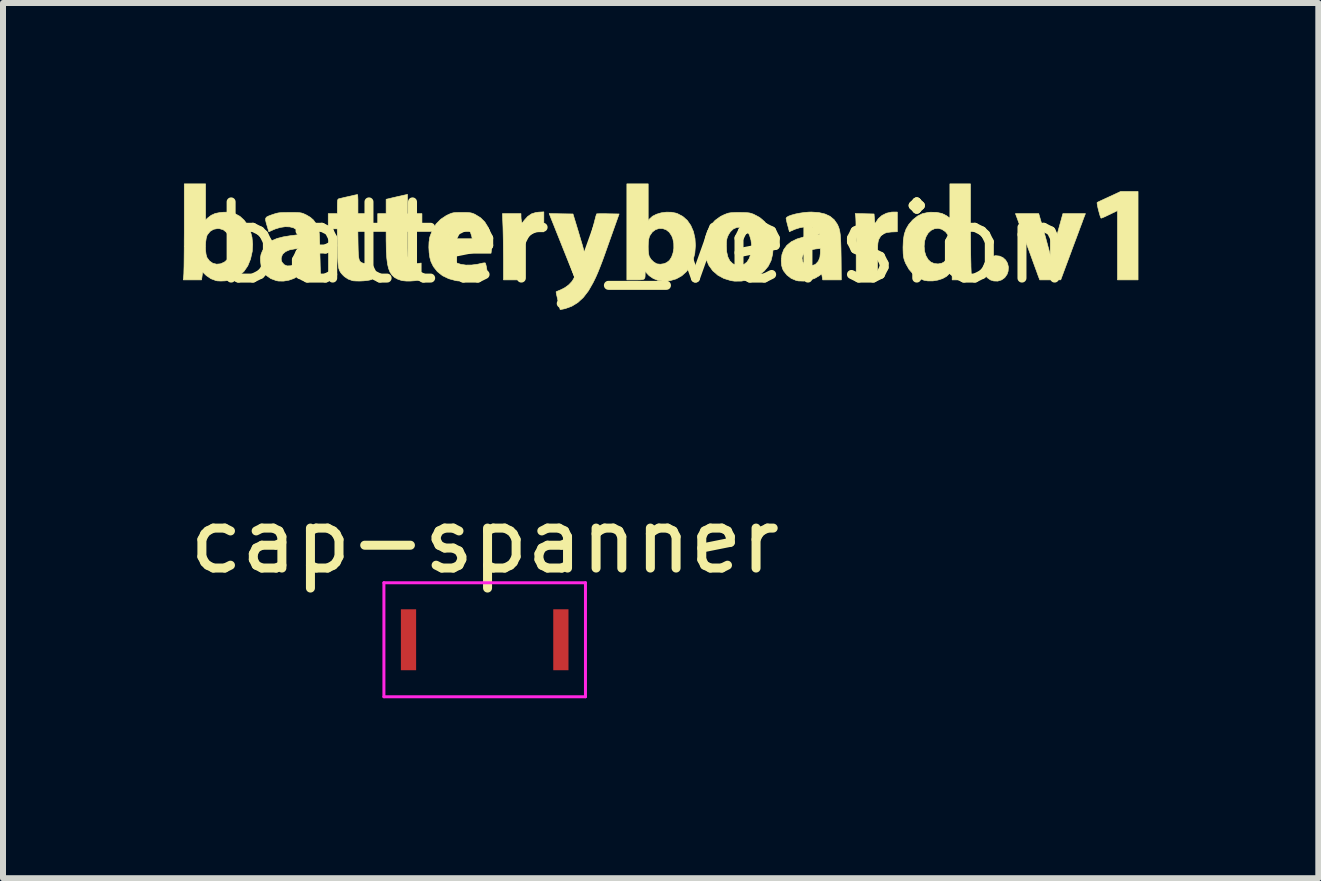
<source format=kicad_pcb>
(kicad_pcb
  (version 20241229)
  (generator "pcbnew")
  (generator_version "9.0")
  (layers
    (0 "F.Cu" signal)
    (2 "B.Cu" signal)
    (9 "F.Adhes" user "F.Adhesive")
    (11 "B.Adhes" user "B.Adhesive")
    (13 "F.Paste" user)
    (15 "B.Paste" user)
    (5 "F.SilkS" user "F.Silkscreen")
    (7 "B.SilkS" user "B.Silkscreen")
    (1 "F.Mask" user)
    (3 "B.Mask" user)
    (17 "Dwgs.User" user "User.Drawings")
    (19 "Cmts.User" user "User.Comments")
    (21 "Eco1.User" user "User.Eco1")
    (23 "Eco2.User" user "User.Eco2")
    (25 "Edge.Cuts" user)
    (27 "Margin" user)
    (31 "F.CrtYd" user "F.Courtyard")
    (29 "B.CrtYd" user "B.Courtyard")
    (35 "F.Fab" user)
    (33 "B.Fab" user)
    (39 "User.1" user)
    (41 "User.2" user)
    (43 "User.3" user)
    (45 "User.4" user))
  (footprint "cap-spanner"
    (layer "F.Cu")
    (at 5.03 7.615)
    (property "Reference" "cap-spanner" (at 0 -1.65 0) (layer "F.SilkS") (effects (font (size 1 1) (thickness 0.15))))
    (attr smd)
    (fp_line (start -1.68 -0.95) (end 1.68 -0.95) (stroke (width 0.05) (type solid)) (layer "F.CrtYd"))
    (fp_line (start -1.68 0.95) (end -1.68 -0.95) (stroke (width 0.05) (type solid)) (layer "F.CrtYd"))
    (fp_line (start 1.68 -0.95) (end 1.68 0.95) (stroke (width 0.05) (type solid)) (layer "F.CrtYd"))
    (fp_line (start 1.68 0.95) (end -1.68 0.95) (stroke (width 0.05) (type solid)) (layer "F.CrtYd"))
    (pad "1" smd rect (at -1.27 0) (size 0.254 1.016) (layers "F.Cu" "F.Mask" "F.Paste"))
    (pad "2" smd rect (at 1.27 0) (size 0.254 1.016) (layers "F.Cu" "F.Mask" "F.Paste")))
  (footprint "battery_version"
    (layer "F.Cu")
    (at 7.667 1.006)
    (property "Reference" "battery_version" (at 0 0 0) (layer "F.SilkS") (effects (font (size 1.27 1.27) (thickness 0.15))))
    (attr through_hole)
    (fp_poly (pts (xy 5.945 0.213) (xy 6.002 0.238) (xy 6.048 0.28) (xy 6.079 0.333) (xy 6.094 0.396) (xy 6.089 0.465) (xy 6.072 0.516) (xy 6.033 0.572) (xy 5.98 0.61) (xy 5.917 0.63) (xy 5.849 0.628) (xy 5.795 0.611) (xy 5.74 0.572) (xy 5.702 0.518) (xy 5.683 0.452) (xy 5.684 0.381) (xy 5.689 0.359) (xy 5.716 0.295) (xy 5.759 0.249) (xy 5.81 0.222) (xy 5.88 0.206) (xy 5.945 0.213)) (stroke (width 0.01) (type solid)) (fill yes) (layer "F.SilkS"))
    (fp_poly (pts (xy 8.255 0.61) (xy 7.912 0.61) (xy 7.912 -0.545) (xy 7.783 -0.482) (xy 7.73 -0.457) (xy 7.685 -0.436) (xy 7.653 -0.423) (xy 7.639 -0.419) (xy 7.632 -0.43) (xy 7.621 -0.461) (xy 7.609 -0.503) (xy 7.596 -0.551) (xy 7.584 -0.6) (xy 7.576 -0.642) (xy 7.572 -0.671) (xy 7.573 -0.681) (xy 7.585 -0.687) (xy 7.616 -0.702) (xy 7.663 -0.724) (xy 7.721 -0.751) (xy 7.771 -0.774) (xy 7.965 -0.864) (xy 8.255 -0.864) (xy 8.255 0.61)) (stroke (width 0.01) (type solid)) (fill yes) (layer "F.SilkS"))
    (fp_poly (pts (xy -1.651 -0.191) (xy -1.738 -0.191) (xy -1.812 -0.184) (xy -1.869 -0.162) (xy -1.916 -0.122) (xy -1.933 -0.101) (xy -1.948 -0.078) (xy -1.959 -0.051) (xy -1.967 -0.016) (xy -1.973 0.03) (xy -1.977 0.089) (xy -1.98 0.166) (xy -1.981 0.264) (xy -1.981 0.321) (xy -1.981 0.61) (xy -2.324 0.61) (xy -2.324 0.276) (xy -2.325 0.171) (xy -2.326 0.06) (xy -2.327 -0.051) (xy -2.329 -0.153) (xy -2.331 -0.24) (xy -2.332 -0.276) (xy -2.341 -0.495) (xy -2.032 -0.495) (xy -2.032 -0.452) (xy -2.03 -0.409) (xy -2.024 -0.371) (xy -2.016 -0.332) (xy -1.976 -0.385) (xy -1.918 -0.449) (xy -1.856 -0.491) (xy -1.786 -0.513) (xy -1.739 -0.519) (xy -1.651 -0.524) (xy -1.651 -0.191)) (stroke (width 0.01) (type solid)) (fill yes) (layer "F.SilkS"))
    (fp_poly (pts (xy 4.242 -0.193) (xy 4.143 -0.189) (xy 4.067 -0.18) (xy 4.01 -0.159) (xy 3.968 -0.124) (xy 3.936 -0.072) (xy 3.936 -0.071) (xy 3.928 -0.052) (xy 3.923 -0.031) (xy 3.918 -0.003) (xy 3.915 0.035) (xy 3.914 0.087) (xy 3.912 0.155) (xy 3.912 0.243) (xy 3.912 0.295) (xy 3.912 0.61) (xy 3.556 0.61) (xy 3.556 0.105) (xy 3.556 -0.008) (xy 3.555 -0.114) (xy 3.554 -0.211) (xy 3.553 -0.296) (xy 3.552 -0.365) (xy 3.55 -0.416) (xy 3.548 -0.445) (xy 3.548 -0.448) (xy 3.54 -0.496) (xy 3.697 -0.493) (xy 3.854 -0.489) (xy 3.861 -0.4) (xy 3.865 -0.356) (xy 3.868 -0.333) (xy 3.873 -0.329) (xy 3.88 -0.341) (xy 3.881 -0.344) (xy 3.925 -0.411) (xy 3.987 -0.465) (xy 4.062 -0.502) (xy 4.145 -0.52) (xy 4.169 -0.521) (xy 4.242 -0.521) (xy 4.242 -0.193)) (stroke (width 0.01) (type solid)) (fill yes) (layer "F.SilkS"))
    (fp_poly (pts (xy -3.924 -0.495) (xy -3.683 -0.495) (xy -3.683 -0.241) (xy -3.924 -0.241) (xy -3.924 -0.008) (xy -3.924 0.078) (xy -3.921 0.153) (xy -3.918 0.212) (xy -3.913 0.253) (xy -3.91 0.265) (xy -3.883 0.308) (xy -3.839 0.333) (xy -3.779 0.339) (xy -3.757 0.337) (xy -3.696 0.329) (xy -3.696 0.606) (xy -3.737 0.615) (xy -3.803 0.624) (xy -3.875 0.629) (xy -3.945 0.629) (xy -4.005 0.623) (xy -4.028 0.618) (xy -4.089 0.597) (xy -4.14 0.569) (xy -4.181 0.531) (xy -4.214 0.483) (xy -4.239 0.421) (xy -4.257 0.344) (xy -4.269 0.248) (xy -4.277 0.133) (xy -4.279 -0.005) (xy -4.28 -0.041) (xy -4.28 -0.241) (xy -4.42 -0.241) (xy -4.42 -0.495) (xy -4.28 -0.495) (xy -4.28 -0.734) (xy -4.143 -0.766) (xy -4.083 -0.78) (xy -4.028 -0.792) (xy -3.985 -0.802) (xy -3.966 -0.806) (xy -3.924 -0.815) (xy -3.924 -0.495)) (stroke (width 0.01) (type solid)) (fill yes) (layer "F.SilkS"))
    (fp_poly (pts (xy 6.661 -0.283) (xy 6.685 -0.197) (xy 6.711 -0.106) (xy 6.735 -0.017) (xy 6.756 0.061) (xy 6.764 0.089) (xy 6.781 0.153) (xy 6.793 0.195) (xy 6.802 0.217) (xy 6.808 0.223) (xy 6.813 0.214) (xy 6.814 0.209) (xy 6.823 0.168) (xy 6.833 0.128) (xy 6.844 0.085) (xy 6.857 0.034) (xy 6.874 -0.029) (xy 6.895 -0.107) (xy 6.922 -0.206) (xy 6.924 -0.213) (xy 7.002 -0.495) (xy 7.378 -0.495) (xy 7.347 -0.416) (xy 7.336 -0.386) (xy 7.318 -0.336) (xy 7.292 -0.268) (xy 7.262 -0.186) (xy 7.227 -0.092) (xy 7.189 0.009) (xy 7.149 0.116) (xy 7.142 0.136) (xy 6.966 0.609) (xy 6.791 0.61) (xy 6.616 0.61) (xy 6.603 0.575) (xy 6.595 0.555) (xy 6.58 0.514) (xy 6.559 0.455) (xy 6.532 0.382) (xy 6.501 0.297) (xy 6.467 0.203) (xy 6.439 0.127) (xy 6.401 0.025) (xy 6.365 -0.075) (xy 6.331 -0.168) (xy 6.301 -0.25) (xy 6.276 -0.319) (xy 6.257 -0.369) (xy 6.25 -0.391) (xy 6.211 -0.495) (xy 6.599 -0.495) (xy 6.661 -0.283)) (stroke (width 0.01) (type solid)) (fill yes) (layer "F.SilkS"))
    (fp_poly (pts (xy -4.754 -0.801) (xy -4.752 -0.768) (xy -4.75 -0.72) (xy -4.75 -0.661) (xy -4.75 -0.654) (xy -4.75 -0.495) (xy -4.508 -0.495) (xy -4.508 -0.241) (xy -4.752 -0.241) (xy -4.748 0.01) (xy -4.746 0.104) (xy -4.743 0.177) (xy -4.738 0.23) (xy -4.731 0.268) (xy -4.72 0.295) (xy -4.705 0.312) (xy -4.684 0.324) (xy -4.663 0.332) (xy -4.621 0.339) (xy -4.572 0.338) (xy -4.564 0.337) (xy -4.508 0.329) (xy -4.515 0.601) (xy -4.553 0.612) (xy -4.597 0.62) (xy -4.656 0.626) (xy -4.72 0.629) (xy -4.78 0.628) (xy -4.828 0.625) (xy -4.842 0.622) (xy -4.914 0.596) (xy -4.973 0.557) (xy -5 0.531) (xy -5.025 0.504) (xy -5.044 0.478) (xy -5.059 0.449) (xy -5.07 0.415) (xy -5.078 0.371) (xy -5.083 0.315) (xy -5.087 0.243) (xy -5.089 0.151) (xy -5.09 0.073) (xy -5.095 -0.241) (xy -5.245 -0.241) (xy -5.245 -0.495) (xy -5.093 -0.495) (xy -5.093 -0.615) (xy -5.092 -0.672) (xy -5.09 -0.708) (xy -5.085 -0.729) (xy -5.076 -0.739) (xy -5.07 -0.742) (xy -5.049 -0.747) (xy -5.011 -0.756) (xy -4.961 -0.768) (xy -4.907 -0.78) (xy -4.853 -0.792) (xy -4.807 -0.803) (xy -4.773 -0.81) (xy -4.757 -0.813) (xy -4.757 -0.813) (xy -4.754 -0.801)) (stroke (width 0.01) (type solid)) (fill yes) (layer "F.SilkS"))
    (fp_poly (pts (xy 0.089 -0.378) (xy 0.115 -0.41) (xy 0.162 -0.452) (xy 0.228 -0.485) (xy 0.305 -0.508) (xy 0.389 -0.519) (xy 0.474 -0.518) (xy 0.552 -0.503) (xy 0.574 -0.496) (xy 0.664 -0.449) (xy 0.74 -0.382) (xy 0.799 -0.297) (xy 0.843 -0.196) (xy 0.869 -0.08) (xy 0.876 0.036) (xy 0.866 0.165) (xy 0.837 0.282) (xy 0.79 0.384) (xy 0.726 0.472) (xy 0.648 0.542) (xy 0.556 0.593) (xy 0.452 0.623) (xy 0.394 0.63) (xy 0.337 0.63) (xy 0.282 0.624) (xy 0.253 0.619) (xy 0.172 0.586) (xy 0.104 0.539) (xy 0.07 0.504) (xy 0.038 0.464) (xy 0.038 0.508) (xy 0.037 0.55) (xy 0.033 0.578) (xy 0.02 0.596) (xy -0.004 0.605) (xy -0.045 0.609) (xy -0.106 0.61) (xy -0.267 0.61) (xy -0.267 0.052) (xy 0.089 0.052) (xy 0.09 0.118) (xy 0.096 0.176) (xy 0.105 0.217) (xy 0.106 0.219) (xy 0.136 0.268) (xy 0.179 0.31) (xy 0.226 0.339) (xy 0.236 0.343) (xy 0.291 0.349) (xy 0.352 0.34) (xy 0.396 0.322) (xy 0.443 0.285) (xy 0.479 0.229) (xy 0.503 0.16) (xy 0.516 0.083) (xy 0.515 0.003) (xy 0.5 -0.074) (xy 0.481 -0.124) (xy 0.44 -0.185) (xy 0.388 -0.226) (xy 0.329 -0.246) (xy 0.269 -0.247) (xy 0.21 -0.227) (xy 0.158 -0.188) (xy 0.117 -0.129) (xy 0.109 -0.112) (xy 0.098 -0.07) (xy 0.091 -0.013) (xy 0.089 0.052) (xy -0.267 0.052) (xy -0.267 -0.991) (xy 0.089 -0.991) (xy 0.089 -0.378)) (stroke (width 0.01) (type solid)) (fill yes) (layer "F.SilkS"))
    (fp_poly (pts (xy 1.678 -0.513) (xy 1.731 -0.511) (xy 1.772 -0.507) (xy 1.805 -0.499) (xy 1.839 -0.487) (xy 1.845 -0.485) (xy 1.947 -0.431) (xy 2.03 -0.36) (xy 2.095 -0.273) (xy 2.141 -0.17) (xy 2.167 -0.052) (xy 2.173 0.051) (xy 2.164 0.178) (xy 2.137 0.288) (xy 2.09 0.382) (xy 2.023 0.463) (xy 1.935 0.531) (xy 1.873 0.565) (xy 1.763 0.607) (xy 1.645 0.63) (xy 1.529 0.631) (xy 1.467 0.622) (xy 1.35 0.586) (xy 1.249 0.531) (xy 1.165 0.458) (xy 1.1 0.368) (xy 1.054 0.263) (xy 1.029 0.152) (xy 1.024 0.035) (xy 1.392 0.035) (xy 1.397 0.142) (xy 1.417 0.228) (xy 1.45 0.293) (xy 1.497 0.339) (xy 1.543 0.362) (xy 1.597 0.373) (xy 1.649 0.365) (xy 1.691 0.348) (xy 1.736 0.312) (xy 1.771 0.257) (xy 1.796 0.188) (xy 1.81 0.11) (xy 1.812 0.027) (xy 1.802 -0.055) (xy 1.779 -0.131) (xy 1.771 -0.149) (xy 1.73 -0.21) (xy 1.679 -0.25) (xy 1.623 -0.268) (xy 1.565 -0.264) (xy 1.509 -0.24) (xy 1.459 -0.193) (xy 1.43 -0.148) (xy 1.411 -0.108) (xy 1.4 -0.072) (xy 1.394 -0.03) (xy 1.392 0.025) (xy 1.392 0.035) (xy 1.024 0.035) (xy 1.024 0.024) (xy 1.04 -0.096) (xy 1.077 -0.205) (xy 1.132 -0.302) (xy 1.206 -0.384) (xy 1.297 -0.449) (xy 1.355 -0.477) (xy 1.393 -0.492) (xy 1.426 -0.503) (xy 1.461 -0.509) (xy 1.504 -0.512) (xy 1.562 -0.514) (xy 1.607 -0.514) (xy 1.678 -0.513)) (stroke (width 0.01) (type solid)) (fill yes) (layer "F.SilkS"))
    (fp_poly (pts (xy -1.364 -0.492) (xy -1.165 -0.489) (xy -1.078 -0.203) (xy -1.053 -0.118) (xy -1.029 -0.037) (xy -1.007 0.036) (xy -0.991 0.095) (xy -0.979 0.137) (xy -0.976 0.149) (xy -0.967 0.185) (xy -0.959 0.207) (xy -0.955 0.21) (xy -0.95 0.196) (xy -0.941 0.161) (xy -0.926 0.108) (xy -0.909 0.04) (xy -0.888 -0.04) (xy -0.866 -0.129) (xy -0.863 -0.14) (xy -0.841 -0.23) (xy -0.82 -0.311) (xy -0.802 -0.381) (xy -0.788 -0.436) (xy -0.777 -0.473) (xy -0.772 -0.489) (xy -0.772 -0.49) (xy -0.757 -0.492) (xy -0.723 -0.493) (xy -0.671 -0.493) (xy -0.609 -0.493) (xy -0.581 -0.492) (xy -0.396 -0.489) (xy -0.552 -0.051) (xy -0.598 0.079) (xy -0.637 0.189) (xy -0.67 0.28) (xy -0.699 0.356) (xy -0.724 0.42) (xy -0.746 0.475) (xy -0.767 0.524) (xy -0.787 0.569) (xy -0.809 0.614) (xy -0.832 0.66) (xy -0.908 0.793) (xy -0.992 0.902) (xy -1.084 0.987) (xy -1.185 1.049) (xy -1.295 1.089) (xy -1.334 1.097) (xy -1.379 1.105) (xy -1.415 0.958) (xy -1.428 0.901) (xy -1.439 0.854) (xy -1.445 0.821) (xy -1.446 0.808) (xy -1.446 0.808) (xy -1.433 0.802) (xy -1.403 0.789) (xy -1.369 0.775) (xy -1.299 0.739) (xy -1.234 0.691) (xy -1.183 0.637) (xy -1.163 0.606) (xy -1.139 0.562) (xy -1.327 0.094) (xy -1.369 -0.012) (xy -1.409 -0.112) (xy -1.446 -0.204) (xy -1.478 -0.285) (xy -1.505 -0.352) (xy -1.525 -0.402) (xy -1.537 -0.432) (xy -1.538 -0.435) (xy -1.562 -0.496) (xy -1.364 -0.492)) (stroke (width 0.01) (type solid)) (fill yes) (layer "F.SilkS"))
    (fp_poly (pts (xy 5.461 -0.421) (xy 5.461 -0.293) (xy 5.462 -0.163) (xy 5.463 -0.037) (xy 5.464 0.082) (xy 5.465 0.19) (xy 5.467 0.282) (xy 5.469 0.355) (xy 5.469 0.379) (xy 5.478 0.61) (xy 5.156 0.61) (xy 5.156 0.556) (xy 5.153 0.508) (xy 5.144 0.485) (xy 5.129 0.485) (xy 5.108 0.507) (xy 5.061 0.552) (xy 4.996 0.588) (xy 4.918 0.613) (xy 4.835 0.627) (xy 4.751 0.627) (xy 4.686 0.616) (xy 4.591 0.576) (xy 4.508 0.515) (xy 4.437 0.434) (xy 4.381 0.335) (xy 4.366 0.298) (xy 4.353 0.26) (xy 4.345 0.221) (xy 4.34 0.176) (xy 4.338 0.116) (xy 4.337 0.064) (xy 4.338 0.048) (xy 4.689 0.048) (xy 4.696 0.133) (xy 4.719 0.209) (xy 4.756 0.272) (xy 4.799 0.312) (xy 4.856 0.337) (xy 4.921 0.344) (xy 4.983 0.332) (xy 5.017 0.314) (xy 5.061 0.272) (xy 5.092 0.216) (xy 5.11 0.141) (xy 5.116 0.086) (xy 5.116 -0.009) (xy 5.106 -0.085) (xy 5.083 -0.144) (xy 5.047 -0.19) (xy 5.042 -0.195) (xy 4.983 -0.234) (xy 4.922 -0.25) (xy 4.862 -0.243) (xy 4.806 -0.217) (xy 4.757 -0.172) (xy 4.72 -0.109) (xy 4.698 -0.041) (xy 4.689 0.048) (xy 4.338 0.048) (xy 4.342 -0.054) (xy 4.358 -0.153) (xy 4.388 -0.238) (xy 4.432 -0.313) (xy 4.492 -0.383) (xy 4.509 -0.399) (xy 4.582 -0.456) (xy 4.659 -0.494) (xy 4.747 -0.513) (xy 4.79 -0.518) (xy 4.897 -0.516) (xy 4.987 -0.497) (xy 5.062 -0.46) (xy 5.067 -0.456) (xy 5.118 -0.419) (xy 5.118 -0.991) (xy 5.461 -0.991) (xy 5.461 -0.421)) (stroke (width 0.01) (type solid)) (fill yes) (layer "F.SilkS"))
    (fp_poly (pts (xy -7.29 -0.389) (xy -7.255 -0.422) (xy -7.196 -0.467) (xy -7.13 -0.497) (xy -7.05 -0.513) (xy -6.991 -0.518) (xy -6.929 -0.519) (xy -6.883 -0.517) (xy -6.843 -0.508) (xy -6.802 -0.495) (xy -6.718 -0.45) (xy -6.647 -0.385) (xy -6.588 -0.303) (xy -6.544 -0.207) (xy -6.516 -0.1) (xy -6.505 0.016) (xy -6.512 0.136) (xy -6.541 0.265) (xy -6.586 0.375) (xy -6.649 0.467) (xy -6.729 0.54) (xy -6.827 0.595) (xy -6.842 0.601) (xy -6.897 0.616) (xy -6.965 0.626) (xy -7.035 0.629) (xy -7.095 0.626) (xy -7.116 0.622) (xy -7.201 0.59) (xy -7.276 0.539) (xy -7.292 0.524) (xy -7.339 0.479) (xy -7.357 0.61) (xy -7.662 0.61) (xy -7.654 0.532) (xy -7.652 0.504) (xy -7.651 0.454) (xy -7.649 0.384) (xy -7.648 0.296) (xy -7.647 0.194) (xy -7.646 0.078) (xy -7.646 0.048) (xy -7.292 0.048) (xy -7.29 0.12) (xy -7.282 0.184) (xy -7.268 0.233) (xy -7.265 0.24) (xy -7.224 0.295) (xy -7.17 0.332) (xy -7.107 0.348) (xy -7.041 0.342) (xy -6.978 0.314) (xy -6.976 0.313) (xy -6.932 0.275) (xy -6.902 0.225) (xy -6.883 0.16) (xy -6.873 0.075) (xy -6.873 0.067) (xy -6.871 0.009) (xy -6.872 -0.032) (xy -6.878 -0.064) (xy -6.89 -0.096) (xy -6.902 -0.12) (xy -6.943 -0.184) (xy -6.994 -0.225) (xy -7.057 -0.244) (xy -7.088 -0.246) (xy -7.155 -0.234) (xy -7.213 -0.2) (xy -7.257 -0.146) (xy -7.265 -0.133) (xy -7.279 -0.086) (xy -7.288 -0.023) (xy -7.292 0.048) (xy -7.646 0.048) (xy -7.646 -0.047) (xy -7.645 -0.179) (xy -7.645 -0.269) (xy -7.645 -0.991) (xy -7.29 -0.991) (xy -7.29 -0.389)) (stroke (width 0.01) (type solid)) (fill yes) (layer "F.SilkS"))
    (fp_poly (pts (xy -2.95 -0.514) (xy -2.902 -0.512) (xy -2.866 -0.507) (xy -2.836 -0.499) (xy -2.806 -0.486) (xy -2.794 -0.48) (xy -2.705 -0.425) (xy -2.635 -0.355) (xy -2.581 -0.268) (xy -2.544 -0.162) (xy -2.527 -0.073) (xy -2.521 -0.014) (xy -2.52 0.048) (xy -2.522 0.092) (xy -2.531 0.165) (xy -3.24 0.165) (xy -3.231 0.194) (xy -3.203 0.252) (xy -3.158 0.298) (xy -3.092 0.332) (xy -3.033 0.351) (xy -2.95 0.363) (xy -2.853 0.362) (xy -2.75 0.348) (xy -2.7 0.336) (xy -2.662 0.328) (xy -2.635 0.326) (xy -2.627 0.328) (xy -2.62 0.346) (xy -2.611 0.381) (xy -2.603 0.426) (xy -2.595 0.474) (xy -2.59 0.517) (xy -2.589 0.55) (xy -2.591 0.563) (xy -2.616 0.578) (xy -2.662 0.591) (xy -2.724 0.603) (xy -2.795 0.614) (xy -2.871 0.622) (xy -2.948 0.627) (xy -3.019 0.629) (xy -3.081 0.627) (xy -3.115 0.623) (xy -3.236 0.59) (xy -3.34 0.54) (xy -3.425 0.473) (xy -3.492 0.388) (xy -3.532 0.307) (xy -3.551 0.239) (xy -3.563 0.155) (xy -3.568 0.066) (xy -3.565 -0.021) (xy -3.556 -0.076) (xy -3.24 -0.076) (xy -2.845 -0.076) (xy -2.853 -0.117) (xy -2.876 -0.189) (xy -2.913 -0.24) (xy -2.964 -0.27) (xy -3.029 -0.279) (xy -3.099 -0.269) (xy -3.155 -0.236) (xy -3.2 -0.182) (xy -3.232 -0.105) (xy -3.232 -0.105) (xy -3.24 -0.076) (xy -3.556 -0.076) (xy -3.554 -0.095) (xy -3.55 -0.11) (xy -3.506 -0.225) (xy -3.447 -0.322) (xy -3.371 -0.4) (xy -3.278 -0.462) (xy -3.253 -0.474) (xy -3.216 -0.491) (xy -3.184 -0.503) (xy -3.152 -0.51) (xy -3.113 -0.513) (xy -3.059 -0.514) (xy -3.016 -0.514) (xy -2.95 -0.514)) (stroke (width 0.01) (type solid)) (fill yes) (layer "F.SilkS"))
    (fp_poly (pts (xy 2.932 -0.513) (xy 3.035 -0.489) (xy 3.12 -0.45) (xy 3.188 -0.394) (xy 3.24 -0.32) (xy 3.249 -0.302) (xy 3.263 -0.27) (xy 3.274 -0.236) (xy 3.283 -0.197) (xy 3.29 -0.148) (xy 3.295 -0.088) (xy 3.299 -0.013) (xy 3.302 0.08) (xy 3.304 0.193) (xy 3.305 0.251) (xy 3.308 0.61) (xy 3.153 0.61) (xy 2.998 0.61) (xy 2.981 0.509) (xy 2.941 0.54) (xy 2.864 0.585) (xy 2.775 0.616) (xy 2.681 0.63) (xy 2.591 0.627) (xy 2.552 0.618) (xy 2.472 0.584) (xy 2.401 0.529) (xy 2.347 0.461) (xy 2.329 0.425) (xy 2.313 0.369) (xy 2.307 0.295) (xy 2.307 0.286) (xy 2.311 0.253) (xy 2.654 0.253) (xy 2.664 0.306) (xy 2.692 0.349) (xy 2.722 0.369) (xy 2.765 0.377) (xy 2.816 0.372) (xy 2.864 0.357) (xy 2.882 0.346) (xy 2.925 0.299) (xy 2.951 0.234) (xy 2.959 0.16) (xy 2.959 0.086) (xy 2.881 0.094) (xy 2.791 0.111) (xy 2.723 0.139) (xy 2.679 0.177) (xy 2.657 0.226) (xy 2.654 0.253) (xy 2.311 0.253) (xy 2.318 0.189) (xy 2.349 0.105) (xy 2.401 0.033) (xy 2.474 -0.026) (xy 2.568 -0.072) (xy 2.685 -0.107) (xy 2.824 -0.13) (xy 2.861 -0.134) (xy 2.904 -0.139) (xy 2.934 -0.147) (xy 2.946 -0.154) (xy 2.946 -0.154) (xy 2.941 -0.173) (xy 2.928 -0.202) (xy 2.928 -0.202) (xy 2.895 -0.24) (xy 2.843 -0.265) (xy 2.777 -0.276) (xy 2.701 -0.275) (xy 2.617 -0.26) (xy 2.529 -0.232) (xy 2.508 -0.222) (xy 2.443 -0.194) (xy 2.415 -0.297) (xy 2.402 -0.346) (xy 2.393 -0.387) (xy 2.388 -0.413) (xy 2.387 -0.416) (xy 2.4 -0.435) (xy 2.433 -0.454) (xy 2.483 -0.472) (xy 2.546 -0.489) (xy 2.618 -0.503) (xy 2.694 -0.514) (xy 2.769 -0.52) (xy 2.809 -0.521) (xy 2.932 -0.513)) (stroke (width 0.01) (type solid)) (fill yes) (layer "F.SilkS"))
    (fp_poly (pts (xy -5.813 -0.514) (xy -5.759 -0.513) (xy -5.72 -0.51) (xy -5.69 -0.505) (xy -5.663 -0.497) (xy -5.635 -0.484) (xy -5.611 -0.473) (xy -5.543 -0.433) (xy -5.491 -0.387) (xy -5.449 -0.328) (xy -5.424 -0.279) (xy -5.415 -0.259) (xy -5.408 -0.24) (xy -5.402 -0.219) (xy -5.398 -0.193) (xy -5.394 -0.158) (xy -5.391 -0.112) (xy -5.389 -0.052) (xy -5.387 0.026) (xy -5.385 0.125) (xy -5.384 0.186) (xy -5.381 0.284) (xy -5.379 0.374) (xy -5.376 0.453) (xy -5.373 0.517) (xy -5.371 0.565) (xy -5.368 0.591) (xy -5.367 0.595) (xy -5.371 0.601) (xy -5.393 0.606) (xy -5.435 0.608) (xy -5.5 0.61) (xy -5.522 0.61) (xy -5.686 0.61) (xy -5.695 0.558) (xy -5.703 0.507) (xy -5.75 0.545) (xy -5.818 0.586) (xy -5.901 0.615) (xy -5.989 0.63) (xy -6.074 0.629) (xy -6.112 0.622) (xy -6.203 0.588) (xy -6.276 0.536) (xy -6.33 0.469) (xy -6.363 0.386) (xy -6.375 0.29) (xy -6.375 0.285) (xy -6.374 0.244) (xy -6.029 0.244) (xy -6.028 0.284) (xy -6.015 0.316) (xy -5.979 0.357) (xy -5.931 0.377) (xy -5.874 0.375) (xy -5.838 0.364) (xy -5.802 0.342) (xy -5.767 0.311) (xy -5.762 0.306) (xy -5.743 0.28) (xy -5.733 0.255) (xy -5.729 0.22) (xy -5.728 0.175) (xy -5.728 0.086) (xy -5.807 0.094) (xy -5.891 0.11) (xy -5.956 0.138) (xy -6 0.176) (xy -6.012 0.196) (xy -6.029 0.244) (xy -6.374 0.244) (xy -6.373 0.228) (xy -6.365 0.184) (xy -6.347 0.138) (xy -6.336 0.116) (xy -6.296 0.051) (xy -6.244 -0.003) (xy -6.178 -0.047) (xy -6.097 -0.081) (xy -5.996 -0.107) (xy -5.874 -0.127) (xy -5.813 -0.134) (xy -5.772 -0.14) (xy -5.749 -0.147) (xy -5.741 -0.159) (xy -5.74 -0.167) (xy -5.749 -0.192) (xy -5.77 -0.222) (xy -5.776 -0.228) (xy -5.823 -0.258) (xy -5.886 -0.274) (xy -5.962 -0.277) (xy -6.044 -0.265) (xy -6.129 -0.239) (xy -6.165 -0.224) (xy -6.235 -0.192) (xy -6.262 -0.282) (xy -6.28 -0.344) (xy -6.29 -0.388) (xy -6.288 -0.417) (xy -6.274 -0.437) (xy -6.244 -0.453) (xy -6.198 -0.471) (xy -6.185 -0.475) (xy -6.141 -0.49) (xy -6.104 -0.501) (xy -6.068 -0.508) (xy -6.027 -0.512) (xy -5.973 -0.513) (xy -5.902 -0.514) (xy -5.886 -0.514) (xy -5.813 -0.514)) (stroke (width 0.01) (type solid)) (fill yes) (layer "F.SilkS")))
  (gr_rect
    (start -3 -3)
    (end 18.927 11.59)
    (stroke (width 0.1) (type default))
    (fill no)
    (layer "Edge.Cuts")))
</source>
